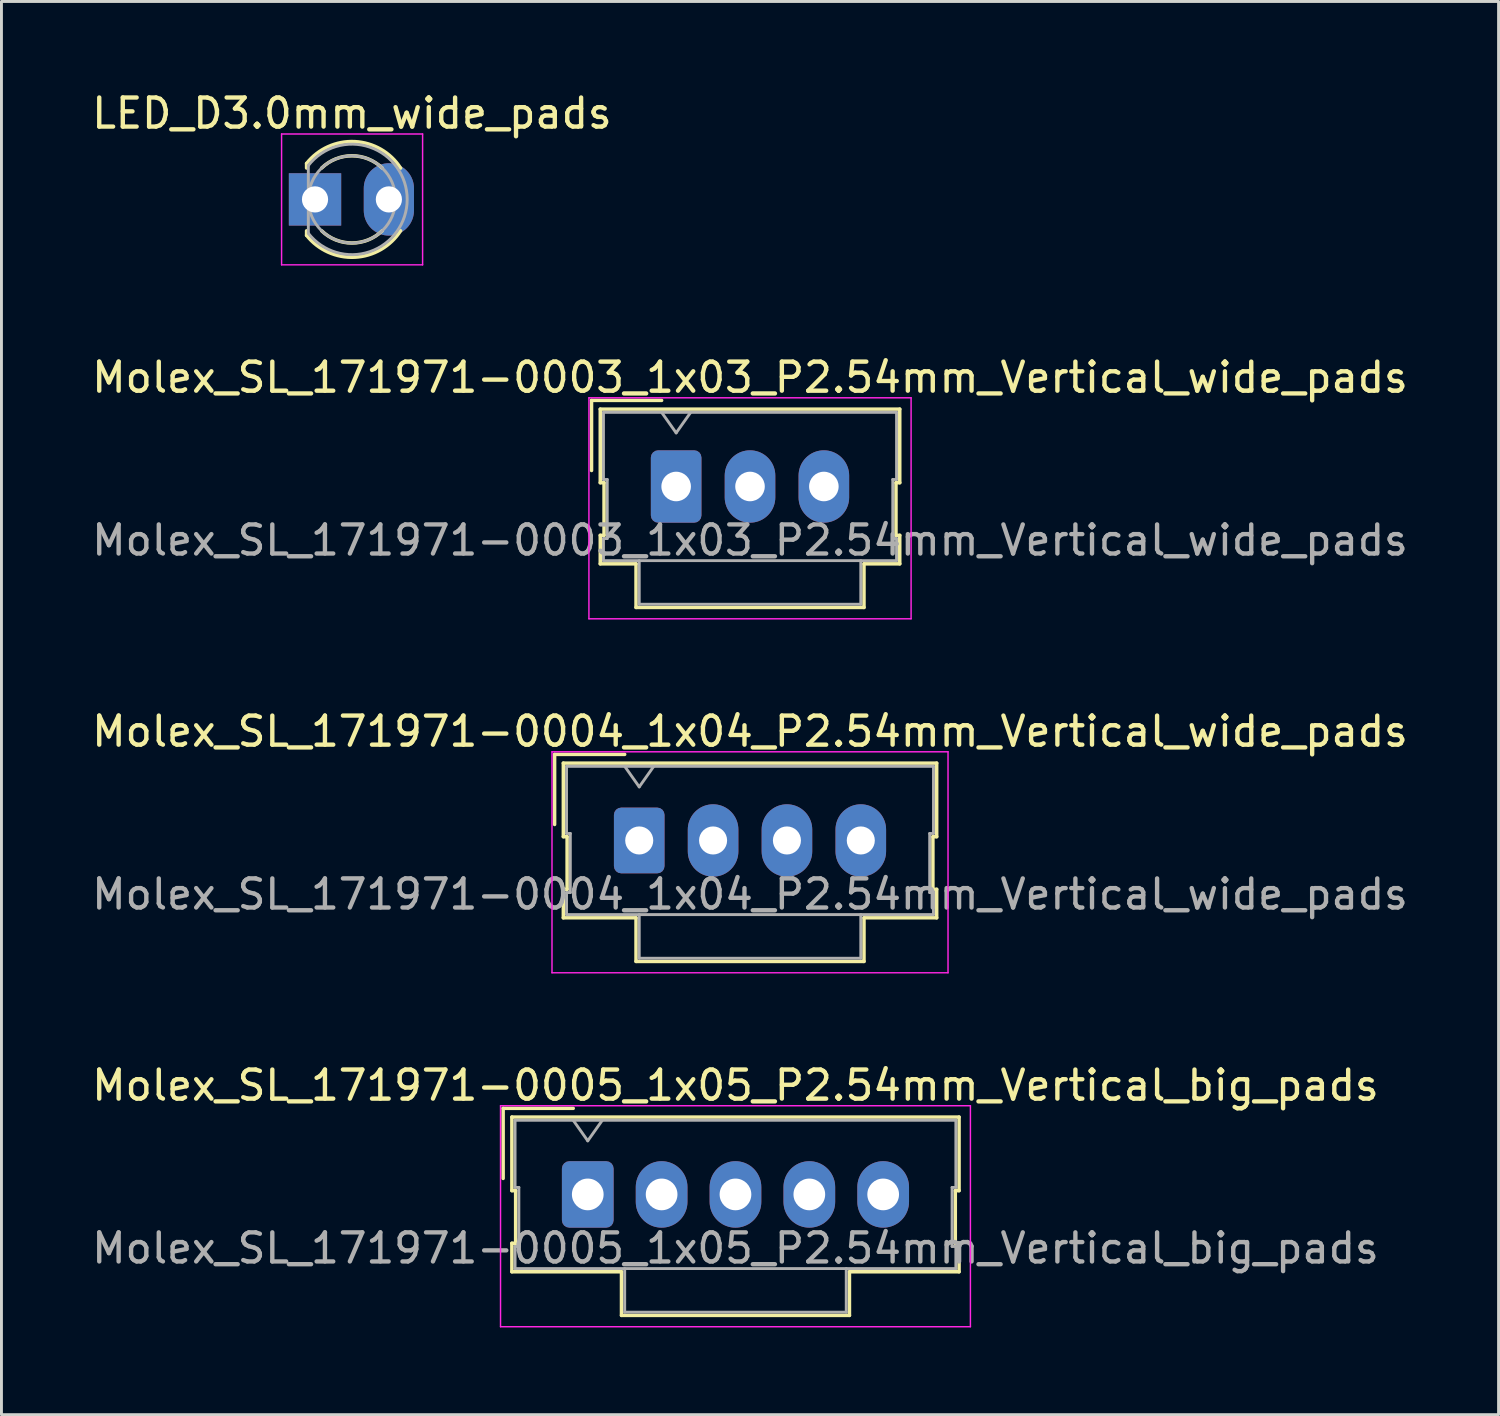
<source format=kicad_pcb>
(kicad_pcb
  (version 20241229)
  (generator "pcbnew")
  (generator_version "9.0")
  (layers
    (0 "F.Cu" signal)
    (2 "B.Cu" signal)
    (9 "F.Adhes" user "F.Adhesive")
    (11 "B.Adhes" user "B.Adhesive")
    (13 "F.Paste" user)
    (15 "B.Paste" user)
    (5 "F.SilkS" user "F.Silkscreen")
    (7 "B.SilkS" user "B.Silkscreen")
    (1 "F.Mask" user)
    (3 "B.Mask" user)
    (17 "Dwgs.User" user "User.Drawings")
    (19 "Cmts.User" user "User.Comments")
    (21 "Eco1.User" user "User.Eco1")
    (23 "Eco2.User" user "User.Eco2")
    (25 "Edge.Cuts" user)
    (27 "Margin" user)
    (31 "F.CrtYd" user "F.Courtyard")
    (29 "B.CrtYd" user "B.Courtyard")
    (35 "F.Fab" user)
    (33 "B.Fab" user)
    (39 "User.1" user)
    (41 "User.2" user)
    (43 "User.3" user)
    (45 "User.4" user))
  (footprint "Molex_SL_171971-0004_1x04_P2.54mm_Vertical_wide_pads"
    (layer "F.Cu")
    (at 18.934 25.855)
    (property "Reference" "Molex_SL_171971-0004_1x04_P2.54mm_Vertical_wide_pads" (at 3.81 -3.75 180) (layer "F.SilkS") (effects (font (size 1 1) (thickness 0.15))))
    (attr through_hole)
    (fp_line (start -2.91 -2.96) (end -0.5 -2.96) (stroke (width 0.12) (type solid)) (layer "F.SilkS"))
    (fp_line (start -2.91 -0.55) (end -2.91 -2.96) (stroke (width 0.12) (type solid)) (layer "F.SilkS"))
    (fp_line (start -2.61 -2.66) (end -2.61 -0.13) (stroke (width 0.12) (type solid)) (layer "F.SilkS"))
    (fp_line (start -2.61 -0.13) (end -2.48 -0.13) (stroke (width 0.12) (type solid)) (layer "F.SilkS"))
    (fp_line (start -2.61 1.68) (end -2.61 2.66) (stroke (width 0.12) (type solid)) (layer "F.SilkS"))
    (fp_line (start -2.61 2.66) (end -0.11 2.66) (stroke (width 0.12) (type solid)) (layer "F.SilkS"))
    (fp_line (start -2.48 -0.13) (end -2.48 1.68) (stroke (width 0.12) (type solid)) (layer "F.SilkS"))
    (fp_line (start -2.48 1.68) (end -2.61 1.68) (stroke (width 0.12) (type solid)) (layer "F.SilkS"))
    (fp_line (start -0.11 2.66) (end -0.11 4.16) (stroke (width 0.12) (type solid)) (layer "F.SilkS"))
    (fp_line (start -0.11 4.16) (end 7.73 4.16) (stroke (width 0.12) (type solid)) (layer "F.SilkS"))
    (fp_line (start 7.73 2.66) (end 10.23 2.66) (stroke (width 0.12) (type solid)) (layer "F.SilkS"))
    (fp_line (start 7.73 4.16) (end 7.73 2.66) (stroke (width 0.12) (type solid)) (layer "F.SilkS"))
    (fp_line (start 10.1 -0.13) (end 10.23 -0.13) (stroke (width 0.12) (type solid)) (layer "F.SilkS"))
    (fp_line (start 10.1 1.68) (end 10.1 -0.13) (stroke (width 0.12) (type solid)) (layer "F.SilkS"))
    (fp_line (start 10.23 -2.66) (end -2.61 -2.66) (stroke (width 0.12) (type solid)) (layer "F.SilkS"))
    (fp_line (start 10.23 -0.13) (end 10.23 -2.66) (stroke (width 0.12) (type solid)) (layer "F.SilkS"))
    (fp_line (start 10.23 1.68) (end 10.1 1.68) (stroke (width 0.12) (type solid)) (layer "F.SilkS"))
    (fp_line (start 10.23 2.66) (end 10.23 1.68) (stroke (width 0.12) (type solid)) (layer "F.SilkS"))
    (fp_line (start -3 -3.05) (end -3 4.55) (stroke (width 0.05) (type solid)) (layer "F.CrtYd"))
    (fp_line (start -3 4.55) (end 10.62 4.55) (stroke (width 0.05) (type solid)) (layer "F.CrtYd"))
    (fp_line (start 10.62 -3.05) (end -3 -3.05) (stroke (width 0.05) (type solid)) (layer "F.CrtYd"))
    (fp_line (start 10.62 4.55) (end 10.62 -3.05) (stroke (width 0.05) (type solid)) (layer "F.CrtYd"))
    (fp_line (start -2.5 -2.55) (end -2.5 -0.24) (stroke (width 0.1) (type solid)) (layer "F.Fab"))
    (fp_line (start -2.5 -0.24) (end -2.37 -0.24) (stroke (width 0.1) (type solid)) (layer "F.Fab"))
    (fp_line (start -2.5 1.79) (end -2.5 2.55) (stroke (width 0.1) (type solid)) (layer "F.Fab"))
    (fp_line (start -2.5 2.55) (end 10.12 2.55) (stroke (width 0.1) (type solid)) (layer "F.Fab"))
    (fp_line (start -2.37 -0.24) (end -2.37 1.79) (stroke (width 0.1) (type solid)) (layer "F.Fab"))
    (fp_line (start -2.37 1.79) (end -2.5 1.79) (stroke (width 0.1) (type solid)) (layer "F.Fab"))
    (fp_line (start 0 -1.843) (end -0.5 -2.55) (stroke (width 0.1) (type solid)) (layer "F.Fab"))
    (fp_line (start 0 2.55) (end 0 4.05) (stroke (width 0.1) (type solid)) (layer "F.Fab"))
    (fp_line (start 0 4.05) (end 7.62 4.05) (stroke (width 0.1) (type solid)) (layer "F.Fab"))
    (fp_line (start 0.5 -2.55) (end 0 -1.843) (stroke (width 0.1) (type solid)) (layer "F.Fab"))
    (fp_line (start 7.62 4.05) (end 7.62 2.55) (stroke (width 0.1) (type solid)) (layer "F.Fab"))
    (fp_line (start 9.99 -0.24) (end 10.12 -0.24) (stroke (width 0.1) (type solid)) (layer "F.Fab"))
    (fp_line (start 9.99 1.79) (end 9.99 -0.24) (stroke (width 0.1) (type solid)) (layer "F.Fab"))
    (fp_line (start 10.12 -2.55) (end -2.5 -2.55) (stroke (width 0.1) (type solid)) (layer "F.Fab"))
    (fp_line (start 10.12 -0.24) (end 10.12 -2.55) (stroke (width 0.1) (type solid)) (layer "F.Fab"))
    (fp_line (start 10.12 1.79) (end 9.99 1.79) (stroke (width 0.1) (type solid)) (layer "F.Fab"))
    (fp_line (start 10.12 2.55) (end 10.12 1.79) (stroke (width 0.1) (type solid)) (layer "F.Fab"))
    (fp_text user "${REFERENCE}" (at 3.81 1.85 180) (layer "F.Fab") (effects (font (size 1 1) (thickness 0.15))))
    (pad "1" thru_hole roundrect (at 0 0) (size 1.74 2.261) (drill 0.965) (layers "*.Cu" "*.Mask") (roundrect_rratio 0.144))
    (pad "2" thru_hole oval (at 2.54 0) (size 1.74 2.489) (drill 0.965) (layers "*.Cu" "*.Mask"))
    (pad "3" thru_hole oval (at 5.08 0) (size 1.74 2.489) (drill 0.965) (layers "*.Cu" "*.Mask"))
    (pad "4" thru_hole oval (at 7.62 0) (size 1.74 2.489) (drill 0.965) (layers "*.Cu" "*.Mask")))
  (footprint "Molex_SL_171971-0005_1x05_P2.54mm_Vertical_big_pads"
    (layer "F.Cu")
    (at 17.164 38.028)
    (property "Reference" "Molex_SL_171971-0005_1x05_P2.54mm_Vertical_big_pads" (at 5.08 -3.75 0) (layer "F.SilkS") (effects (font (size 1 1) (thickness 0.15))))
    (attr through_hole)
    (fp_line (start -2.91 -2.96) (end -0.5 -2.96) (stroke (width 0.12) (type solid)) (layer "F.SilkS"))
    (fp_line (start -2.91 -0.55) (end -2.91 -2.96) (stroke (width 0.12) (type solid)) (layer "F.SilkS"))
    (fp_line (start -2.61 -2.66) (end -2.61 -0.13) (stroke (width 0.12) (type solid)) (layer "F.SilkS"))
    (fp_line (start -2.61 -0.13) (end -2.48 -0.13) (stroke (width 0.12) (type solid)) (layer "F.SilkS"))
    (fp_line (start -2.61 1.68) (end -2.61 2.66) (stroke (width 0.12) (type solid)) (layer "F.SilkS"))
    (fp_line (start -2.61 2.66) (end 1.16 2.66) (stroke (width 0.12) (type solid)) (layer "F.SilkS"))
    (fp_line (start -2.48 -0.13) (end -2.48 1.68) (stroke (width 0.12) (type solid)) (layer "F.SilkS"))
    (fp_line (start -2.48 1.68) (end -2.61 1.68) (stroke (width 0.12) (type solid)) (layer "F.SilkS"))
    (fp_line (start 1.16 2.66) (end 1.16 4.16) (stroke (width 0.12) (type solid)) (layer "F.SilkS"))
    (fp_line (start 1.16 4.16) (end 9 4.16) (stroke (width 0.12) (type solid)) (layer "F.SilkS"))
    (fp_line (start 9 2.66) (end 12.77 2.66) (stroke (width 0.12) (type solid)) (layer "F.SilkS"))
    (fp_line (start 9 4.16) (end 9 2.66) (stroke (width 0.12) (type solid)) (layer "F.SilkS"))
    (fp_line (start 12.64 -0.13) (end 12.77 -0.13) (stroke (width 0.12) (type solid)) (layer "F.SilkS"))
    (fp_line (start 12.64 1.68) (end 12.64 -0.13) (stroke (width 0.12) (type solid)) (layer "F.SilkS"))
    (fp_line (start 12.77 -2.66) (end -2.61 -2.66) (stroke (width 0.12) (type solid)) (layer "F.SilkS"))
    (fp_line (start 12.77 -0.13) (end 12.77 -2.66) (stroke (width 0.12) (type solid)) (layer "F.SilkS"))
    (fp_line (start 12.77 1.68) (end 12.64 1.68) (stroke (width 0.12) (type solid)) (layer "F.SilkS"))
    (fp_line (start 12.77 2.66) (end 12.77 1.68) (stroke (width 0.12) (type solid)) (layer "F.SilkS"))
    (fp_line (start -3 -3.05) (end -3 4.55) (stroke (width 0.05) (type solid)) (layer "F.CrtYd"))
    (fp_line (start -3 4.55) (end 13.16 4.55) (stroke (width 0.05) (type solid)) (layer "F.CrtYd"))
    (fp_line (start 13.16 -3.05) (end -3 -3.05) (stroke (width 0.05) (type solid)) (layer "F.CrtYd"))
    (fp_line (start 13.16 4.55) (end 13.16 -3.05) (stroke (width 0.05) (type solid)) (layer "F.CrtYd"))
    (fp_line (start -2.5 -2.55) (end -2.5 -0.24) (stroke (width 0.1) (type solid)) (layer "F.Fab"))
    (fp_line (start -2.5 -0.24) (end -2.37 -0.24) (stroke (width 0.1) (type solid)) (layer "F.Fab"))
    (fp_line (start -2.5 1.79) (end -2.5 2.55) (stroke (width 0.1) (type solid)) (layer "F.Fab"))
    (fp_line (start -2.5 2.55) (end 12.66 2.55) (stroke (width 0.1) (type solid)) (layer "F.Fab"))
    (fp_line (start -2.37 -0.24) (end -2.37 1.79) (stroke (width 0.1) (type solid)) (layer "F.Fab"))
    (fp_line (start -2.37 1.79) (end -2.5 1.79) (stroke (width 0.1) (type solid)) (layer "F.Fab"))
    (fp_line (start 0 -1.843) (end -0.5 -2.55) (stroke (width 0.1) (type solid)) (layer "F.Fab"))
    (fp_line (start 0.5 -2.55) (end 0 -1.843) (stroke (width 0.1) (type solid)) (layer "F.Fab"))
    (fp_line (start 1.27 2.55) (end 1.27 4.05) (stroke (width 0.1) (type solid)) (layer "F.Fab"))
    (fp_line (start 1.27 4.05) (end 8.89 4.05) (stroke (width 0.1) (type solid)) (layer "F.Fab"))
    (fp_line (start 8.89 4.05) (end 8.89 2.55) (stroke (width 0.1) (type solid)) (layer "F.Fab"))
    (fp_line (start 12.53 -0.24) (end 12.66 -0.24) (stroke (width 0.1) (type solid)) (layer "F.Fab"))
    (fp_line (start 12.53 1.79) (end 12.53 -0.24) (stroke (width 0.1) (type solid)) (layer "F.Fab"))
    (fp_line (start 12.66 -2.55) (end -2.5 -2.55) (stroke (width 0.1) (type solid)) (layer "F.Fab"))
    (fp_line (start 12.66 -0.24) (end 12.66 -2.55) (stroke (width 0.1) (type solid)) (layer "F.Fab"))
    (fp_line (start 12.66 1.79) (end 12.53 1.79) (stroke (width 0.1) (type solid)) (layer "F.Fab"))
    (fp_line (start 12.66 2.55) (end 12.66 1.79) (stroke (width 0.1) (type solid)) (layer "F.Fab"))
    (fp_text user "${REFERENCE}" (at 5.08 1.85 0) (layer "F.Fab") (effects (font (size 1 1) (thickness 0.15))))
    (pad "1" thru_hole roundrect (at 0 0) (size 1.778 2.286) (drill 1.09) (layers "*.Cu" "*.Mask") (roundrect_rratio 0.144))
    (pad "2" thru_hole oval (at 2.54 0) (size 1.778 2.286) (drill 1.09) (layers "*.Cu" "*.Mask"))
    (pad "3" thru_hole oval (at 5.08 0) (size 1.778 2.286) (drill 1.09) (layers "*.Cu" "*.Mask"))
    (pad "4" thru_hole oval (at 7.62 0) (size 1.778 2.286) (drill 1.09) (layers "*.Cu" "*.Mask"))
    (pad "5" thru_hole oval (at 10.16 0) (size 1.778 2.286) (drill 1.09) (layers "*.Cu" "*.Mask")))
  (footprint "LED_D3.0mm_wide_pads"
    (layer "F.Cu")
    (at 7.784 3.808)
    (property "Reference" "LED_D3.0mm_wide_pads" (at 1.27 -2.96 0) (layer "F.SilkS") (effects (font (size 1 1) (thickness 0.15))))
    (attr through_hole)
    (fp_line (start -0.29 -1.236) (end -0.29 -1.08) (stroke (width 0.12) (type solid)) (layer "F.SilkS"))
    (fp_line (start -0.29 1.08) (end -0.29 1.236) (stroke (width 0.12) (type solid)) (layer "F.SilkS"))
    (fp_arc (start -0.29 -1.235516) (mid 1.366487 -1.987659) (end 2.942335 -1.078608) (stroke (width 0.12) (type solid)) (layer "F.SilkS"))
    (fp_arc (start 0.229039 -1.08) (mid 1.270117 -1.5) (end 2.31113 -1.079837) (stroke (width 0.12) (type solid)) (layer "F.SilkS"))
    (fp_arc (start 2.31113 1.079837) (mid 1.270117 1.5) (end 0.229039 1.08) (stroke (width 0.12) (type solid)) (layer "F.SilkS"))
    (fp_arc (start 2.942335 1.078608) (mid 1.366487 1.987659) (end -0.29 1.235516) (stroke (width 0.12) (type solid)) (layer "F.SilkS"))
    (fp_line (start -1.15 -2.25) (end -1.15 2.25) (stroke (width 0.05) (type solid)) (layer "F.CrtYd"))
    (fp_line (start -1.15 2.25) (end 3.7 2.25) (stroke (width 0.05) (type solid)) (layer "F.CrtYd"))
    (fp_line (start 3.7 -2.25) (end -1.15 -2.25) (stroke (width 0.05) (type solid)) (layer "F.CrtYd"))
    (fp_line (start 3.7 2.25) (end 3.7 -2.25) (stroke (width 0.05) (type solid)) (layer "F.CrtYd"))
    (fp_line (start -0.23 -1.166) (end -0.23 1.166) (stroke (width 0.1) (type solid)) (layer "F.Fab"))
    (fp_arc (start -0.23 -1.16619) (mid 3.17 0.000452) (end -0.230555 1.165476) (stroke (width 0.1) (type solid)) (layer "F.Fab"))
    (fp_circle (center 1.27 0) (end 2.77 0) (stroke (width 0.1) (type solid)) (fill no) (layer "F.Fab"))
    (pad "1" thru_hole rect (at 0 0) (size 1.8 1.8) (drill 0.9) (layers "*.Cu" "*.Mask"))
    (pad "2" thru_hole oval (at 2.54 0) (size 1.727 2.489) (drill 0.9) (layers "*.Cu" "*.Mask")))
  (footprint "Molex_SL_171971-0003_1x03_P2.54mm_Vertical_wide_pads"
    (layer "F.Cu")
    (at 20.204 13.681)
    (property "Reference" "Molex_SL_171971-0003_1x03_P2.54mm_Vertical_wide_pads" (at 2.54 -3.75 180) (layer "F.SilkS") (effects (font (size 1 1) (thickness 0.15))))
    (attr through_hole)
    (fp_line (start -2.91 -2.96) (end -0.5 -2.96) (stroke (width 0.12) (type solid)) (layer "F.SilkS"))
    (fp_line (start -2.91 -0.55) (end -2.91 -2.96) (stroke (width 0.12) (type solid)) (layer "F.SilkS"))
    (fp_line (start -2.61 -2.66) (end -2.61 -0.13) (stroke (width 0.12) (type solid)) (layer "F.SilkS"))
    (fp_line (start -2.61 -0.13) (end -2.48 -0.13) (stroke (width 0.12) (type solid)) (layer "F.SilkS"))
    (fp_line (start -2.61 1.68) (end -2.61 2.66) (stroke (width 0.12) (type solid)) (layer "F.SilkS"))
    (fp_line (start -2.61 2.66) (end -1.38 2.66) (stroke (width 0.12) (type solid)) (layer "F.SilkS"))
    (fp_line (start -2.48 -0.13) (end -2.48 1.68) (stroke (width 0.12) (type solid)) (layer "F.SilkS"))
    (fp_line (start -2.48 1.68) (end -2.61 1.68) (stroke (width 0.12) (type solid)) (layer "F.SilkS"))
    (fp_line (start -1.38 2.66) (end -1.38 4.16) (stroke (width 0.12) (type solid)) (layer "F.SilkS"))
    (fp_line (start -1.38 4.16) (end 6.46 4.16) (stroke (width 0.12) (type solid)) (layer "F.SilkS"))
    (fp_line (start 6.46 2.66) (end 7.69 2.66) (stroke (width 0.12) (type solid)) (layer "F.SilkS"))
    (fp_line (start 6.46 4.16) (end 6.46 2.66) (stroke (width 0.12) (type solid)) (layer "F.SilkS"))
    (fp_line (start 7.56 -0.13) (end 7.69 -0.13) (stroke (width 0.12) (type solid)) (layer "F.SilkS"))
    (fp_line (start 7.56 1.68) (end 7.56 -0.13) (stroke (width 0.12) (type solid)) (layer "F.SilkS"))
    (fp_line (start 7.69 -2.66) (end -2.61 -2.66) (stroke (width 0.12) (type solid)) (layer "F.SilkS"))
    (fp_line (start 7.69 -0.13) (end 7.69 -2.66) (stroke (width 0.12) (type solid)) (layer "F.SilkS"))
    (fp_line (start 7.69 1.68) (end 7.56 1.68) (stroke (width 0.12) (type solid)) (layer "F.SilkS"))
    (fp_line (start 7.69 2.66) (end 7.69 1.68) (stroke (width 0.12) (type solid)) (layer "F.SilkS"))
    (fp_line (start -3 -3.05) (end -3 4.55) (stroke (width 0.05) (type solid)) (layer "F.CrtYd"))
    (fp_line (start -3 4.55) (end 8.08 4.55) (stroke (width 0.05) (type solid)) (layer "F.CrtYd"))
    (fp_line (start 8.08 -3.05) (end -3 -3.05) (stroke (width 0.05) (type solid)) (layer "F.CrtYd"))
    (fp_line (start 8.08 4.55) (end 8.08 -3.05) (stroke (width 0.05) (type solid)) (layer "F.CrtYd"))
    (fp_line (start -2.5 -2.55) (end -2.5 -0.24) (stroke (width 0.1) (type solid)) (layer "F.Fab"))
    (fp_line (start -2.5 -0.24) (end -2.37 -0.24) (stroke (width 0.1) (type solid)) (layer "F.Fab"))
    (fp_line (start -2.5 1.79) (end -2.5 2.55) (stroke (width 0.1) (type solid)) (layer "F.Fab"))
    (fp_line (start -2.5 2.55) (end 7.58 2.55) (stroke (width 0.1) (type solid)) (layer "F.Fab"))
    (fp_line (start -2.37 -0.24) (end -2.37 1.79) (stroke (width 0.1) (type solid)) (layer "F.Fab"))
    (fp_line (start -2.37 1.79) (end -2.5 1.79) (stroke (width 0.1) (type solid)) (layer "F.Fab"))
    (fp_line (start -1.27 2.55) (end -1.27 4.05) (stroke (width 0.1) (type solid)) (layer "F.Fab"))
    (fp_line (start -1.27 4.05) (end 6.35 4.05) (stroke (width 0.1) (type solid)) (layer "F.Fab"))
    (fp_line (start 0 -1.843) (end -0.5 -2.55) (stroke (width 0.1) (type solid)) (layer "F.Fab"))
    (fp_line (start 0.5 -2.55) (end 0 -1.843) (stroke (width 0.1) (type solid)) (layer "F.Fab"))
    (fp_line (start 6.35 4.05) (end 6.35 2.55) (stroke (width 0.1) (type solid)) (layer "F.Fab"))
    (fp_line (start 7.45 -0.24) (end 7.58 -0.24) (stroke (width 0.1) (type solid)) (layer "F.Fab"))
    (fp_line (start 7.45 1.79) (end 7.45 -0.24) (stroke (width 0.1) (type solid)) (layer "F.Fab"))
    (fp_line (start 7.58 -2.55) (end -2.5 -2.55) (stroke (width 0.1) (type solid)) (layer "F.Fab"))
    (fp_line (start 7.58 -0.24) (end 7.58 -2.55) (stroke (width 0.1) (type solid)) (layer "F.Fab"))
    (fp_line (start 7.58 1.79) (end 7.45 1.79) (stroke (width 0.1) (type solid)) (layer "F.Fab"))
    (fp_line (start 7.58 2.55) (end 7.58 1.79) (stroke (width 0.1) (type solid)) (layer "F.Fab"))
    (fp_text user "${REFERENCE}" (at 2.54 1.85 180) (layer "F.Fab") (effects (font (size 1 1) (thickness 0.15))))
    (pad "1" thru_hole roundrect (at 0 0) (size 1.74 2.489) (drill 1.016) (layers "*.Cu" "*.Mask") (roundrect_rratio 0.144))
    (pad "2" thru_hole oval (at 2.54 0) (size 1.74 2.489) (drill 1.016) (layers "*.Cu" "*.Mask"))
    (pad "3" thru_hole oval (at 5.08 0) (size 1.74 2.489) (drill 1.016) (layers "*.Cu" "*.Mask")))
  (gr_rect
    (start -3 -3)
    (end 48.488 45.603)
    (stroke (width 0.1) (type default))
    (fill no)
    (layer "Edge.Cuts")))
</source>
